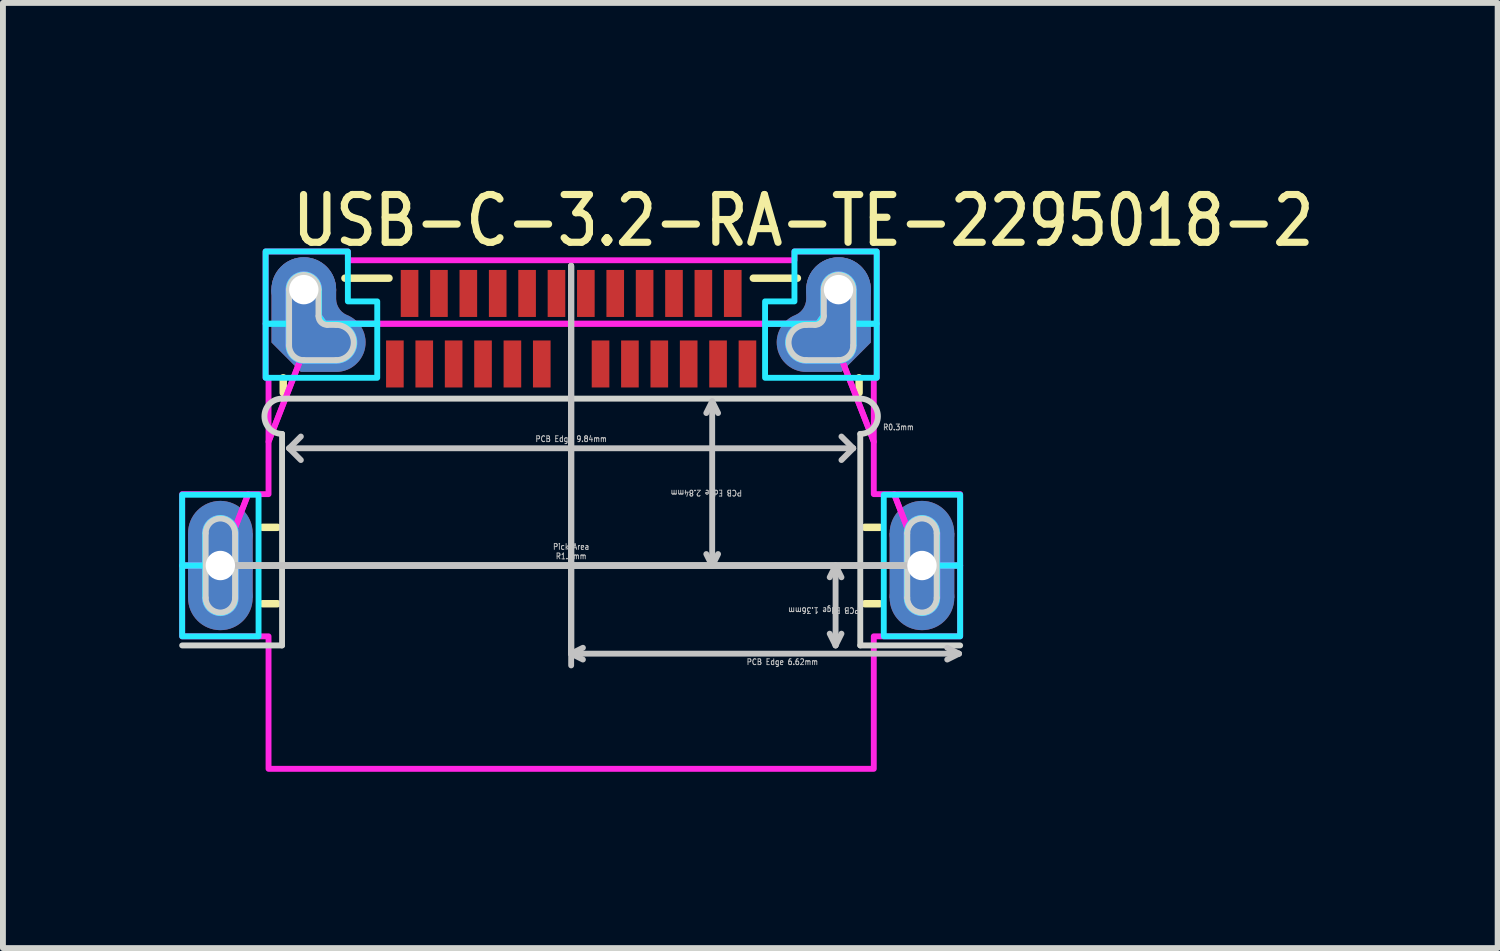
<source format=kicad_pcb>
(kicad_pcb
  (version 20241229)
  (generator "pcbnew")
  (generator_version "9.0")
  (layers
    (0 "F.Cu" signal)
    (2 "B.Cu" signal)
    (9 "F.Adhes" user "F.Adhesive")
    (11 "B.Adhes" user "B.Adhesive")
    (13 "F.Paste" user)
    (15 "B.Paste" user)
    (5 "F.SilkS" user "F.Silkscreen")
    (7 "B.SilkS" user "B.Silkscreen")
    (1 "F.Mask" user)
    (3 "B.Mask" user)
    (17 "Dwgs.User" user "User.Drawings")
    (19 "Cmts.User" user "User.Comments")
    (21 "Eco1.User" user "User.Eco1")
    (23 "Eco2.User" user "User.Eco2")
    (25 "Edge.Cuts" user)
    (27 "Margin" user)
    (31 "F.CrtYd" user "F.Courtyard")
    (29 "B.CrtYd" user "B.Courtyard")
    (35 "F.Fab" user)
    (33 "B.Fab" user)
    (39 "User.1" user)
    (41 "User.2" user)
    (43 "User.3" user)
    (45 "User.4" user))
  (footprint "USB-C-3.2-RA-TE-2295018-2"
    (layer "F.Cu")
    (at 6.67 6.574)
    (property "Reference" "USB-C-3.2-RA-TE-2295018-2" (at -4.8 -5.395 0) (unlocked yes) (layer "F.SilkS") (effects (font (size 0.813 0.695) (thickness 0.122)) (justify left bottom)))
    (fp_circle (center -5.97 -0.55) (end -6.52 -0.55) (stroke (width 0) (type solid)) (fill yes) (layer "F.Cu"))
    (fp_circle (center -5.97 0.55) (end -5.42 0.55) (stroke (width 0) (type solid)) (fill yes) (layer "F.Cu"))
    (fp_circle (center -4.55 -4.695) (end -5.1 -4.695) (stroke (width 0) (type solid)) (fill yes) (layer "F.Cu"))
    (fp_circle (center 5.97 -0.55) (end 5.42 -0.55) (stroke (width 0) (type solid)) (fill yes) (layer "F.Cu"))
    (fp_circle (center 5.97 0.55) (end 6.52 0.55) (stroke (width 0) (type solid)) (fill yes) (layer "F.Cu"))
    (fp_poly (pts (xy -6.52 -0.55) (xy -5.42 -0.55) (xy -5.42 0.55) (xy -6.52 0.55)) (stroke (width 0) (type solid)) (fill yes) (layer "F.Cu"))
    (fp_poly (pts (xy 5.42 -0.55) (xy 6.52 -0.55) (xy 6.52 0.55) (xy 5.42 0.55)) (stroke (width 0) (type solid)) (fill yes) (layer "F.Cu"))
    (fp_poly (pts (xy -5.1 -4.695) (xy -4 -4.695) (xy -4 -4.535) (xy -3.995 -4.486) (xy -3.982 -4.439) (xy -3.962 -4.395) (xy -3.935 -4.354) (xy -3.902 -4.318) (xy -3.863 -4.288) (xy -3.82 -4.265) (xy -3.775 -4.245) (xy -3.731 -4.22) (xy -3.691 -4.192) (xy -3.653 -4.159) (xy -3.619 -4.123) (xy -3.589 -4.084) (xy -3.562 -4.042) (xy -3.54 -3.997) (xy -3.522 -3.951) (xy -3.51 -3.903) (xy -3.501 -3.854) (xy -3.498 -3.804) (xy -3.5 -3.754) (xy -3.507 -3.705) (xy -3.518 -3.657) (xy -3.534 -3.61) (xy -3.555 -3.565) (xy -3.58 -3.522) (xy -3.609 -3.482) (xy -3.643 -3.445) (xy -3.679 -3.411) (xy -3.719 -3.381) (xy -3.761 -3.355) (xy -3.806 -3.334) (xy -3.853 -3.317) (xy -3.901 -3.305) (xy -3.95 -3.297) (xy -4 -3.295) (xy -4.6 -3.295) (xy -5.1 -3.795)) (stroke (width 0) (type solid)) (fill yes) (layer "F.Cu"))
    (fp_poly (pts (xy 5.1 -4.695) (xy 5.1 -3.795) (xy 4.6 -3.295) (xy 4 -3.295) (xy 3.95 -3.297) (xy 3.901 -3.305) (xy 3.853 -3.317) (xy 3.806 -3.334) (xy 3.761 -3.355) (xy 3.719 -3.381) (xy 3.679 -3.411) (xy 3.643 -3.445) (xy 3.609 -3.482) (xy 3.58 -3.522) (xy 3.555 -3.565) (xy 3.534 -3.61) (xy 3.518 -3.657) (xy 3.507 -3.705) (xy 3.5 -3.754) (xy 3.498 -3.804) (xy 3.501 -3.854) (xy 3.51 -3.903) (xy 3.522 -3.951) (xy 3.54 -3.997) (xy 3.562 -4.042) (xy 3.589 -4.084) (xy 3.619 -4.123) (xy 3.653 -4.159) (xy 3.691 -4.192) (xy 3.731 -4.22) (xy 3.775 -4.245) (xy 3.82 -4.265) (xy 3.863 -4.288) (xy 3.902 -4.318) (xy 3.935 -4.354) (xy 3.962 -4.395) (xy 3.982 -4.439) (xy 3.995 -4.486) (xy 4 -4.535) (xy 4 -4.695) (xy 4.002 -4.744) (xy 4.009 -4.793) (xy 4.02 -4.841) (xy 4.035 -4.888) (xy 4.054 -4.934) (xy 4.078 -4.977) (xy 4.105 -5.018) (xy 4.136 -5.057) (xy 4.17 -5.093) (xy 4.207 -5.125) (xy 4.247 -5.154) (xy 4.289 -5.179) (xy 4.334 -5.201) (xy 4.38 -5.218) (xy 4.428 -5.231) (xy 4.476 -5.24) (xy 4.525 -5.244) (xy 4.575 -5.244) (xy 4.624 -5.24) (xy 4.672 -5.231) (xy 4.72 -5.218) (xy 4.766 -5.201) (xy 4.811 -5.179) (xy 4.853 -5.154) (xy 4.893 -5.125) (xy 4.93 -5.093) (xy 4.964 -5.057) (xy 4.995 -5.018) (xy 5.022 -4.977) (xy 5.046 -4.934) (xy 5.065 -4.888) (xy 5.08 -4.841) (xy 5.091 -4.793) (xy 5.098 -4.744)) (stroke (width 0) (type solid)) (fill yes) (layer "F.Cu"))
    (fp_circle (center -5.97 -0.55) (end -6.62 -0.55) (stroke (width 0) (type solid)) (fill yes) (layer "F.Mask"))
    (fp_circle (center -5.97 0.55) (end -5.32 0.55) (stroke (width 0) (type solid)) (fill yes) (layer "F.Mask"))
    (fp_circle (center -4.55 -4.695) (end -5.2 -4.695) (stroke (width 0) (type solid)) (fill yes) (layer "F.Mask"))
    (fp_circle (center 5.97 -0.55) (end 5.32 -0.55) (stroke (width 0) (type solid)) (fill yes) (layer "F.Mask"))
    (fp_circle (center 5.97 0.55) (end 6.62 0.55) (stroke (width 0) (type solid)) (fill yes) (layer "F.Mask"))
    (fp_poly (pts (xy -6.62 -0.55) (xy -5.32 -0.55) (xy -5.32 0.55) (xy -6.62 0.55)) (stroke (width 0) (type solid)) (fill yes) (layer "F.Mask"))
    (fp_poly (pts (xy 5.32 -0.55) (xy 6.62 -0.55) (xy 6.62 0.55) (xy 5.32 0.55)) (stroke (width 0) (type solid)) (fill yes) (layer "F.Mask"))
    (fp_poly (pts (xy -5.2 -4.695) (xy -3.9 -4.695) (xy -3.9 -4.585) (xy -3.894 -4.538) (xy -3.881 -4.493) (xy -3.86 -4.451) (xy -3.833 -4.413) (xy -3.8 -4.379) (xy -3.762 -4.351) (xy -3.72 -4.33) (xy -3.678 -4.306) (xy -3.638 -4.279) (xy -3.6 -4.248) (xy -3.565 -4.214) (xy -3.532 -4.178) (xy -3.503 -4.139) (xy -3.477 -4.098) (xy -3.454 -4.055) (xy -3.435 -4.011) (xy -3.419 -3.965) (xy -3.407 -3.917) (xy -3.4 -3.869) (xy -3.396 -3.821) (xy -3.396 -3.772) (xy -3.399 -3.724) (xy -3.407 -3.676) (xy -3.419 -3.629) (xy -3.434 -3.583) (xy -3.453 -3.538) (xy -3.476 -3.495) (xy -3.502 -3.454) (xy -3.531 -3.415) (xy -3.564 -3.379) (xy -3.599 -3.345) (xy -3.637 -3.314) (xy -3.677 -3.287) (xy -3.719 -3.263) (xy -3.763 -3.242) (xy -3.809 -3.225) (xy -3.855 -3.212) (xy -3.903 -3.202) (xy -3.951 -3.197) (xy -4 -3.195) (xy -4.6 -3.195) (xy -5.2 -3.795)) (stroke (width 0) (type solid)) (fill yes) (layer "F.Mask"))
    (fp_poly (pts (xy 5.2 -4.695) (xy 5.2 -3.795) (xy 4.6 -3.195) (xy 4 -3.195) (xy 3.951 -3.197) (xy 3.903 -3.202) (xy 3.855 -3.212) (xy 3.809 -3.225) (xy 3.763 -3.242) (xy 3.719 -3.263) (xy 3.677 -3.287) (xy 3.637 -3.314) (xy 3.599 -3.345) (xy 3.564 -3.379) (xy 3.531 -3.415) (xy 3.502 -3.454) (xy 3.476 -3.495) (xy 3.453 -3.538) (xy 3.434 -3.583) (xy 3.419 -3.629) (xy 3.407 -3.676) (xy 3.399 -3.724) (xy 3.396 -3.772) (xy 3.396 -3.821) (xy 3.4 -3.869) (xy 3.407 -3.917) (xy 3.419 -3.965) (xy 3.435 -4.011) (xy 3.454 -4.055) (xy 3.477 -4.098) (xy 3.503 -4.139) (xy 3.532 -4.178) (xy 3.565 -4.214) (xy 3.6 -4.248) (xy 3.638 -4.279) (xy 3.678 -4.306) (xy 3.72 -4.33) (xy 3.762 -4.351) (xy 3.8 -4.379) (xy 3.833 -4.413) (xy 3.86 -4.451) (xy 3.881 -4.493) (xy 3.894 -4.538) (xy 3.9 -4.585) (xy 3.9 -4.695) (xy 3.902 -4.745) (xy 3.908 -4.794) (xy 3.917 -4.843) (xy 3.93 -4.891) (xy 3.947 -4.938) (xy 3.967 -4.983) (xy 3.991 -5.027) (xy 4.018 -5.069) (xy 4.049 -5.109) (xy 4.082 -5.146) (xy 4.118 -5.18) (xy 4.156 -5.212) (xy 4.197 -5.241) (xy 4.239 -5.266) (xy 4.284 -5.288) (xy 4.33 -5.307) (xy 4.378 -5.322) (xy 4.426 -5.333) (xy 4.475 -5.341) (xy 4.525 -5.345) (xy 4.575 -5.345) (xy 4.625 -5.341) (xy 4.674 -5.333) (xy 4.722 -5.322) (xy 4.77 -5.307) (xy 4.816 -5.288) (xy 4.861 -5.266) (xy 4.903 -5.241) (xy 4.944 -5.212) (xy 4.982 -5.18) (xy 5.018 -5.146) (xy 5.051 -5.109) (xy 5.082 -5.069) (xy 5.109 -5.027) (xy 5.133 -4.983) (xy 5.153 -4.938) (xy 5.17 -4.891) (xy 5.183 -4.843) (xy 5.192 -4.794) (xy 5.198 -4.745)) (stroke (width 0) (type solid)) (fill yes) (layer "F.Mask"))
    (fp_circle (center -5.97 -0.55) (end -6.52 -0.55) (stroke (width 0) (type solid)) (fill yes) (layer "B.Cu"))
    (fp_circle (center -5.97 0.55) (end -5.42 0.55) (stroke (width 0) (type solid)) (fill yes) (layer "B.Cu"))
    (fp_circle (center -4.55 -4.695) (end -5.1 -4.695) (stroke (width 0) (type solid)) (fill yes) (layer "B.Cu"))
    (fp_circle (center 5.97 -0.55) (end 5.42 -0.55) (stroke (width 0) (type solid)) (fill yes) (layer "B.Cu"))
    (fp_circle (center 5.97 0.55) (end 6.52 0.55) (stroke (width 0) (type solid)) (fill yes) (layer "B.Cu"))
    (fp_poly (pts (xy -6.52 -0.55) (xy -5.42 -0.55) (xy -5.42 0.55) (xy -6.52 0.55)) (stroke (width 0) (type solid)) (fill yes) (layer "B.Cu"))
    (fp_poly (pts (xy 5.42 -0.55) (xy 6.52 -0.55) (xy 6.52 0.55) (xy 5.42 0.55)) (stroke (width 0) (type solid)) (fill yes) (layer "B.Cu"))
    (fp_poly (pts (xy -5.1 -4.695) (xy -4 -4.695) (xy -4 -4.535) (xy -3.995 -4.486) (xy -3.982 -4.439) (xy -3.962 -4.395) (xy -3.935 -4.354) (xy -3.902 -4.318) (xy -3.863 -4.288) (xy -3.82 -4.265) (xy -3.775 -4.245) (xy -3.731 -4.22) (xy -3.691 -4.192) (xy -3.653 -4.159) (xy -3.619 -4.123) (xy -3.589 -4.084) (xy -3.562 -4.042) (xy -3.54 -3.997) (xy -3.522 -3.951) (xy -3.51 -3.903) (xy -3.501 -3.854) (xy -3.498 -3.804) (xy -3.5 -3.754) (xy -3.507 -3.705) (xy -3.518 -3.657) (xy -3.534 -3.61) (xy -3.555 -3.565) (xy -3.58 -3.522) (xy -3.609 -3.482) (xy -3.643 -3.445) (xy -3.679 -3.411) (xy -3.719 -3.381) (xy -3.761 -3.355) (xy -3.806 -3.334) (xy -3.853 -3.317) (xy -3.901 -3.305) (xy -3.95 -3.297) (xy -4 -3.295) (xy -4.6 -3.295) (xy -5.1 -3.795)) (stroke (width 0) (type solid)) (fill yes) (layer "B.Cu"))
    (fp_poly (pts (xy 5.1 -4.695) (xy 5.1 -3.795) (xy 4.6 -3.295) (xy 4 -3.295) (xy 3.95 -3.297) (xy 3.901 -3.305) (xy 3.853 -3.317) (xy 3.806 -3.334) (xy 3.761 -3.355) (xy 3.719 -3.381) (xy 3.679 -3.411) (xy 3.643 -3.445) (xy 3.609 -3.482) (xy 3.58 -3.522) (xy 3.555 -3.565) (xy 3.534 -3.61) (xy 3.518 -3.657) (xy 3.507 -3.705) (xy 3.5 -3.754) (xy 3.498 -3.804) (xy 3.501 -3.854) (xy 3.51 -3.903) (xy 3.522 -3.951) (xy 3.54 -3.997) (xy 3.562 -4.042) (xy 3.589 -4.084) (xy 3.619 -4.123) (xy 3.653 -4.159) (xy 3.691 -4.192) (xy 3.731 -4.22) (xy 3.775 -4.245) (xy 3.82 -4.265) (xy 3.863 -4.288) (xy 3.902 -4.318) (xy 3.935 -4.354) (xy 3.962 -4.395) (xy 3.982 -4.439) (xy 3.995 -4.486) (xy 4 -4.535) (xy 4 -4.695) (xy 4.002 -4.744) (xy 4.009 -4.793) (xy 4.02 -4.841) (xy 4.035 -4.888) (xy 4.054 -4.934) (xy 4.078 -4.977) (xy 4.105 -5.018) (xy 4.136 -5.057) (xy 4.17 -5.093) (xy 4.207 -5.125) (xy 4.247 -5.154) (xy 4.289 -5.179) (xy 4.334 -5.201) (xy 4.38 -5.218) (xy 4.428 -5.231) (xy 4.476 -5.24) (xy 4.525 -5.244) (xy 4.575 -5.244) (xy 4.624 -5.24) (xy 4.672 -5.231) (xy 4.72 -5.218) (xy 4.766 -5.201) (xy 4.811 -5.179) (xy 4.853 -5.154) (xy 4.893 -5.125) (xy 4.93 -5.093) (xy 4.964 -5.057) (xy 4.995 -5.018) (xy 5.022 -4.977) (xy 5.046 -4.934) (xy 5.065 -4.888) (xy 5.08 -4.841) (xy 5.091 -4.793) (xy 5.098 -4.744)) (stroke (width 0) (type solid)) (fill yes) (layer "B.Cu"))
    (fp_circle (center -5.97 -0.55) (end -6.62 -0.55) (stroke (width 0) (type solid)) (fill yes) (layer "B.Mask"))
    (fp_circle (center -5.97 0.55) (end -5.32 0.55) (stroke (width 0) (type solid)) (fill yes) (layer "B.Mask"))
    (fp_circle (center -4.55 -4.695) (end -5.2 -4.695) (stroke (width 0) (type solid)) (fill yes) (layer "B.Mask"))
    (fp_circle (center 5.97 -0.55) (end 5.32 -0.55) (stroke (width 0) (type solid)) (fill yes) (layer "B.Mask"))
    (fp_circle (center 5.97 0.55) (end 6.62 0.55) (stroke (width 0) (type solid)) (fill yes) (layer "B.Mask"))
    (fp_poly (pts (xy -6.62 -0.55) (xy -5.32 -0.55) (xy -5.32 0.55) (xy -6.62 0.55)) (stroke (width 0) (type solid)) (fill yes) (layer "B.Mask"))
    (fp_poly (pts (xy 5.32 -0.55) (xy 6.62 -0.55) (xy 6.62 0.55) (xy 5.32 0.55)) (stroke (width 0) (type solid)) (fill yes) (layer "B.Mask"))
    (fp_poly (pts (xy -5.2 -4.695) (xy -3.9 -4.695) (xy -3.9 -4.585) (xy -3.894 -4.538) (xy -3.881 -4.493) (xy -3.86 -4.451) (xy -3.833 -4.413) (xy -3.8 -4.379) (xy -3.762 -4.351) (xy -3.72 -4.33) (xy -3.678 -4.306) (xy -3.638 -4.279) (xy -3.6 -4.248) (xy -3.565 -4.214) (xy -3.532 -4.178) (xy -3.503 -4.139) (xy -3.477 -4.098) (xy -3.454 -4.055) (xy -3.435 -4.011) (xy -3.419 -3.965) (xy -3.407 -3.917) (xy -3.4 -3.869) (xy -3.396 -3.821) (xy -3.396 -3.772) (xy -3.399 -3.724) (xy -3.407 -3.676) (xy -3.419 -3.629) (xy -3.434 -3.583) (xy -3.453 -3.538) (xy -3.476 -3.495) (xy -3.502 -3.454) (xy -3.531 -3.415) (xy -3.564 -3.379) (xy -3.599 -3.345) (xy -3.637 -3.314) (xy -3.677 -3.287) (xy -3.719 -3.263) (xy -3.763 -3.242) (xy -3.809 -3.225) (xy -3.855 -3.212) (xy -3.903 -3.202) (xy -3.951 -3.197) (xy -4 -3.195) (xy -4.6 -3.195) (xy -5.2 -3.795)) (stroke (width 0) (type solid)) (fill yes) (layer "B.Mask"))
    (fp_poly (pts (xy 5.2 -4.695) (xy 5.2 -3.795) (xy 4.6 -3.195) (xy 4 -3.195) (xy 3.951 -3.197) (xy 3.903 -3.202) (xy 3.855 -3.212) (xy 3.809 -3.225) (xy 3.763 -3.242) (xy 3.719 -3.263) (xy 3.677 -3.287) (xy 3.637 -3.314) (xy 3.599 -3.345) (xy 3.564 -3.379) (xy 3.531 -3.415) (xy 3.502 -3.454) (xy 3.476 -3.495) (xy 3.453 -3.538) (xy 3.434 -3.583) (xy 3.419 -3.629) (xy 3.407 -3.676) (xy 3.399 -3.724) (xy 3.396 -3.772) (xy 3.396 -3.821) (xy 3.4 -3.869) (xy 3.407 -3.917) (xy 3.419 -3.965) (xy 3.435 -4.011) (xy 3.454 -4.055) (xy 3.477 -4.098) (xy 3.503 -4.139) (xy 3.532 -4.178) (xy 3.565 -4.214) (xy 3.6 -4.248) (xy 3.638 -4.279) (xy 3.678 -4.306) (xy 3.72 -4.33) (xy 3.762 -4.351) (xy 3.8 -4.379) (xy 3.833 -4.413) (xy 3.86 -4.451) (xy 3.881 -4.493) (xy 3.894 -4.538) (xy 3.9 -4.585) (xy 3.9 -4.695) (xy 3.902 -4.745) (xy 3.908 -4.794) (xy 3.917 -4.843) (xy 3.93 -4.891) (xy 3.947 -4.938) (xy 3.967 -4.983) (xy 3.991 -5.027) (xy 4.018 -5.069) (xy 4.049 -5.109) (xy 4.082 -5.146) (xy 4.118 -5.18) (xy 4.156 -5.212) (xy 4.197 -5.241) (xy 4.239 -5.266) (xy 4.284 -5.288) (xy 4.33 -5.307) (xy 4.378 -5.322) (xy 4.426 -5.333) (xy 4.475 -5.341) (xy 4.525 -5.345) (xy 4.575 -5.345) (xy 4.625 -5.341) (xy 4.674 -5.333) (xy 4.722 -5.322) (xy 4.77 -5.307) (xy 4.816 -5.288) (xy 4.861 -5.266) (xy 4.903 -5.241) (xy 4.944 -5.212) (xy 4.982 -5.18) (xy 5.018 -5.146) (xy 5.051 -5.109) (xy 5.082 -5.069) (xy 5.109 -5.027) (xy 5.133 -4.983) (xy 5.153 -4.938) (xy 5.17 -4.891) (xy 5.183 -4.843) (xy 5.192 -4.794) (xy 5.198 -4.745)) (stroke (width 0) (type solid)) (fill yes) (layer "B.Mask"))
    (fp_line (start -5.25 0.65) (end -5 0.65) (stroke (width 0.127) (type solid)) (layer "F.SilkS"))
    (fp_line (start -5 -0.65) (end -5.25 -0.65) (stroke (width 0.127) (type solid)) (layer "F.SilkS"))
    (fp_line (start -4.9 -3.195) (end -4.9 -2.94) (stroke (width 0.127) (type solid)) (layer "F.SilkS"))
    (fp_line (start -3.1 -4.89) (end -3.85 -4.89) (stroke (width 0.127) (type solid)) (layer "F.SilkS"))
    (fp_line (start 3.1 -4.89) (end 3.85 -4.89) (stroke (width 0.127) (type solid)) (layer "F.SilkS"))
    (fp_line (start 4.9 -3.195) (end 4.9 -2.94) (stroke (width 0.127) (type solid)) (layer "F.SilkS"))
    (fp_line (start 5 -0.65) (end 5.25 -0.65) (stroke (width 0.127) (type solid)) (layer "F.SilkS"))
    (fp_line (start 5 0.65) (end 5.25 0.65) (stroke (width 0.127) (type solid)) (layer "F.SilkS"))
    (fp_line (start -6 0) (end 6 0) (stroke (width 0.1) (type solid)) (layer "Dwgs.User"))
    (fp_line (start -6 0) (end 6 0) (stroke (width 0.1) (type solid)) (layer "Dwgs.User"))
    (fp_line (start -6 0) (end 6 0) (stroke (width 0.1) (type solid)) (layer "Dwgs.User"))
    (fp_line (start -6 0) (end 6 0) (stroke (width 0.1) (type solid)) (layer "Dwgs.User"))
    (fp_line (start -6 0) (end 6 0) (stroke (width 0.1) (type solid)) (layer "Dwgs.User"))
    (fp_line (start -6 0) (end 6 0) (stroke (width 0.1) (type solid)) (layer "Dwgs.User"))
    (fp_line (start -4.8 -1.995) (end -4.6 -2.195) (stroke (width 0.1) (type solid)) (layer "Dwgs.User"))
    (fp_line (start -4.8 -1.995) (end -4.6 -1.795) (stroke (width 0.1) (type solid)) (layer "Dwgs.User"))
    (fp_line (start -4.8 -1.995) (end 4.8 -1.995) (stroke (width 0.1) (type solid)) (layer "Dwgs.User"))
    (fp_line (start 0 -5.1) (end 0 1.5) (stroke (width 0.1) (type solid)) (layer "Dwgs.User"))
    (fp_line (start 0 -5.1) (end 0 1.5) (stroke (width 0.1) (type solid)) (layer "Dwgs.User"))
    (fp_line (start 0 -5.1) (end 0 1.5) (stroke (width 0.1) (type solid)) (layer "Dwgs.User"))
    (fp_line (start 0 -5.1) (end 0 1.5) (stroke (width 0.1) (type solid)) (layer "Dwgs.User"))
    (fp_line (start 0 1.5) (end 0 1.7) (stroke (width 0.1) (type solid)) (layer "Dwgs.User"))
    (fp_line (start 0 1.5) (end 0.2 1.4) (stroke (width 0.1) (type solid)) (layer "Dwgs.User"))
    (fp_line (start 0 1.5) (end 0.2 1.6) (stroke (width 0.1) (type solid)) (layer "Dwgs.User"))
    (fp_line (start 2.4 -2.795) (end 2.3 -2.595) (stroke (width 0.1) (type solid)) (layer "Dwgs.User"))
    (fp_line (start 2.4 -2.795) (end 2.4 0.005) (stroke (width 0.1) (type solid)) (layer "Dwgs.User"))
    (fp_line (start 2.4 -2.795) (end 2.5 -2.595) (stroke (width 0.1) (type solid)) (layer "Dwgs.User"))
    (fp_line (start 2.4 0.005) (end 2.3 -0.195) (stroke (width 0.1) (type solid)) (layer "Dwgs.User"))
    (fp_line (start 2.4 0.005) (end 2.5 -0.195) (stroke (width 0.1) (type solid)) (layer "Dwgs.User"))
    (fp_line (start 4.5 0) (end 4.4 0.2) (stroke (width 0.1) (type solid)) (layer "Dwgs.User"))
    (fp_line (start 4.5 0) (end 4.5 1.36) (stroke (width 0.1) (type solid)) (layer "Dwgs.User"))
    (fp_line (start 4.5 0) (end 4.6 0.2) (stroke (width 0.1) (type solid)) (layer "Dwgs.User"))
    (fp_line (start 4.5 1.36) (end 4.4 1.16) (stroke (width 0.1) (type solid)) (layer "Dwgs.User"))
    (fp_line (start 4.5 1.36) (end 4.6 1.16) (stroke (width 0.1) (type solid)) (layer "Dwgs.User"))
    (fp_line (start 4.8 -1.995) (end 4.6 -2.195) (stroke (width 0.1) (type solid)) (layer "Dwgs.User"))
    (fp_line (start 4.8 -1.995) (end 4.6 -1.795) (stroke (width 0.1) (type solid)) (layer "Dwgs.User"))
    (fp_line (start 6.4 1.4) (end 6.6 1.5) (stroke (width 0.1) (type solid)) (layer "Dwgs.User"))
    (fp_line (start 6.6 1.5) (end 0 1.5) (stroke (width 0.1) (type solid)) (layer "Dwgs.User"))
    (fp_line (start 6.6 1.5) (end 6.4 1.6) (stroke (width 0.1) (type solid)) (layer "Dwgs.User"))
    (fp_circle (center 0 0) (end 1.5 0) (stroke (width 0.0001) (type solid)) (fill no) (layer "Dwgs.User"))
    (fp_line (start -6.22 0.55) (end -6.22 -0.55) (stroke (width 0.1) (type solid)) (layer "Edge.Cuts"))
    (fp_line (start -5.72 -0.55) (end -5.72 0.55) (stroke (width 0.1) (type solid)) (layer "Edge.Cuts"))
    (fp_line (start -4.92 -2.84) (end 4.92 -2.84) (stroke (width 0.1) (type solid)) (layer "Edge.Cuts"))
    (fp_line (start -4.92 1.36) (end -6.62 1.36) (stroke (width 0.1) (type solid)) (layer "Edge.Cuts"))
    (fp_line (start -4.92 1.36) (end -4.92 -2.24) (stroke (width 0.1) (type solid)) (layer "Edge.Cuts"))
    (fp_line (start -4.8 -3.745) (end -4.8 -4.695) (stroke (width 0.1) (type solid)) (layer "Edge.Cuts"))
    (fp_line (start -4.3 -4.695) (end -4.3 -4.245) (stroke (width 0.1) (type solid)) (layer "Edge.Cuts"))
    (fp_line (start -4.15 -4.095) (end -4 -4.095) (stroke (width 0.1) (type solid)) (layer "Edge.Cuts"))
    (fp_line (start -4 -3.495) (end -4.55 -3.495) (stroke (width 0.1) (type solid)) (layer "Edge.Cuts"))
    (fp_line (start 4 -3.495) (end 4.55 -3.495) (stroke (width 0.1) (type solid)) (layer "Edge.Cuts"))
    (fp_line (start 4.15 -4.095) (end 4 -4.095) (stroke (width 0.1) (type solid)) (layer "Edge.Cuts"))
    (fp_line (start 4.3 -4.695) (end 4.3 -4.245) (stroke (width 0.1) (type solid)) (layer "Edge.Cuts"))
    (fp_line (start 4.8 -3.745) (end 4.8 -4.695) (stroke (width 0.1) (type solid)) (layer "Edge.Cuts"))
    (fp_line (start 4.92 -2.24) (end 4.92 1.36) (stroke (width 0.1) (type solid)) (layer "Edge.Cuts"))
    (fp_line (start 5.72 0.55) (end 5.72 -0.55) (stroke (width 0.1) (type solid)) (layer "Edge.Cuts"))
    (fp_line (start 6.22 -0.55) (end 6.22 0.55) (stroke (width 0.1) (type solid)) (layer "Edge.Cuts"))
    (fp_line (start 6.62 1.36) (end 4.92 1.36) (stroke (width 0.1) (type solid)) (layer "Edge.Cuts"))
    (fp_arc (start -6.22 -0.55) (mid -5.97 -0.8) (end -5.72 -0.55) (stroke (width 0.1) (type solid)) (layer "Edge.Cuts"))
    (fp_arc (start -5.72 0.55) (mid -5.97 0.8) (end -6.22 0.55) (stroke (width 0.1) (type solid)) (layer "Edge.Cuts"))
    (fp_arc (start -4.92 -2.24) (mid -5.22 -2.54) (end -4.92 -2.84) (stroke (width 0.1) (type solid)) (layer "Edge.Cuts"))
    (fp_arc (start -4.8 -4.695) (mid -4.55 -4.945) (end -4.3 -4.695) (stroke (width 0.1) (type solid)) (layer "Edge.Cuts"))
    (fp_arc (start -4.55 -3.495) (mid -4.726777 -3.568223) (end -4.8 -3.745) (stroke (width 0.1) (type solid)) (layer "Edge.Cuts"))
    (fp_arc (start -4.15 -4.095) (mid -4.256066 -4.138934) (end -4.3 -4.245) (stroke (width 0.1) (type solid)) (layer "Edge.Cuts"))
    (fp_arc (start -4 -4.095) (mid -3.7 -3.795) (end -4 -3.495) (stroke (width 0.1) (type solid)) (layer "Edge.Cuts"))
    (fp_arc (start 4 -3.495) (mid 3.7 -3.795) (end 4 -4.095) (stroke (width 0.1) (type solid)) (layer "Edge.Cuts"))
    (fp_arc (start 4.3 -4.695) (mid 4.55 -4.945) (end 4.8 -4.695) (stroke (width 0.1) (type solid)) (layer "Edge.Cuts"))
    (fp_arc (start 4.3 -4.245) (mid 4.256066 -4.138934) (end 4.15 -4.095) (stroke (width 0.1) (type solid)) (layer "Edge.Cuts"))
    (fp_arc (start 4.8 -3.745) (mid 4.726777 -3.568223) (end 4.55 -3.495) (stroke (width 0.1) (type solid)) (layer "Edge.Cuts"))
    (fp_arc (start 4.92 -2.84) (mid 5.22 -2.54) (end 4.92 -2.24) (stroke (width 0.1) (type solid)) (layer "Edge.Cuts"))
    (fp_arc (start 5.72 -0.55) (mid 5.97 -0.8) (end 6.22 -0.55) (stroke (width 0.1) (type solid)) (layer "Edge.Cuts"))
    (fp_arc (start 6.22 0.55) (mid 5.97 0.8) (end 5.72 0.55) (stroke (width 0.1) (type solid)) (layer "Edge.Cuts"))
    (fp_poly (pts (xy -5.32 -1.205) (xy -5.32 0) (xy -5.71 0) (xy -5.71 -0.55) (xy -5.715 -0.601) (xy -5.729 -0.649) (xy -5.754 -0.695) (xy -5.786 -0.734) (xy -5.826 -0.766) (xy -5.871 -0.79) (xy -5.918 -0.805) (xy -5.97 -0.81) (xy -6.022 -0.805) (xy -6.069 -0.79) (xy -6.114 -0.766) (xy -6.154 -0.734) (xy -6.186 -0.695) (xy -6.211 -0.649) (xy -6.225 -0.601) (xy -6.23 -0.55) (xy -6.23 0) (xy -6.62 0) (xy -6.62 -1.205)) (stroke (width 0.1) (type solid)) (fill no) (layer "B.CrtYd"))
    (fp_poly (pts (xy -5.32 0) (xy -5.32 1.205) (xy -6.62 1.205) (xy -6.62 0) (xy -6.23 0) (xy -6.23 0.55) (xy -6.225 0.601) (xy -6.211 0.649) (xy -6.186 0.695) (xy -6.154 0.734) (xy -6.114 0.766) (xy -6.069 0.79) (xy -6.022 0.805) (xy -5.97 0.81) (xy -5.918 0.805) (xy -5.871 0.79) (xy -5.826 0.766) (xy -5.786 0.734) (xy -5.754 0.695) (xy -5.729 0.649) (xy -5.715 0.601) (xy -5.71 0.55) (xy -5.71 0)) (stroke (width 0.1) (type solid)) (fill no) (layer "B.CrtYd"))
    (fp_poly (pts (xy 6.62 -1.205) (xy 6.62 0) (xy 6.23 0) (xy 6.23 -0.55) (xy 6.225 -0.601) (xy 6.211 -0.649) (xy 6.186 -0.695) (xy 6.154 -0.734) (xy 6.114 -0.766) (xy 6.069 -0.79) (xy 6.022 -0.805) (xy 5.97 -0.81) (xy 5.918 -0.805) (xy 5.871 -0.79) (xy 5.826 -0.766) (xy 5.786 -0.734) (xy 5.754 -0.695) (xy 5.729 -0.649) (xy 5.715 -0.601) (xy 5.71 -0.55) (xy 5.71 0) (xy 5.32 0) (xy 5.32 -1.205)) (stroke (width 0.1) (type solid)) (fill no) (layer "B.CrtYd"))
    (fp_poly (pts (xy 6.62 0) (xy 6.62 1.205) (xy 5.32 1.205) (xy 5.32 0) (xy 5.71 0) (xy 5.71 0.55) (xy 5.715 0.601) (xy 5.729 0.649) (xy 5.754 0.695) (xy 5.786 0.734) (xy 5.826 0.766) (xy 5.871 0.79) (xy 5.918 0.805) (xy 5.97 0.81) (xy 6.022 0.805) (xy 6.069 0.79) (xy 6.114 0.766) (xy 6.154 0.734) (xy 6.186 0.695) (xy 6.211 0.649) (xy 6.225 0.601) (xy 6.23 0.55) (xy 6.23 0)) (stroke (width 0.1) (type solid)) (fill no) (layer "B.CrtYd"))
    (fp_poly (pts (xy -3.8 -5.345) (xy -3.8 -4.495) (xy -3.3 -4.495) (xy -3.3 -4.115) (xy -4.199 -4.115) (xy -4.29 -4.246) (xy -4.29 -4.695) (xy -4.295 -4.746) (xy -4.31 -4.794) (xy -4.334 -4.839) (xy -4.365 -4.878) (xy -4.406 -4.911) (xy -4.451 -4.935) (xy -4.498 -4.95) (xy -4.55 -4.955) (xy -4.602 -4.95) (xy -4.649 -4.935) (xy -4.694 -4.911) (xy -4.734 -4.879) (xy -4.766 -4.84) (xy -4.791 -4.794) (xy -4.805 -4.746) (xy -4.81 -4.695) (xy -4.81 -4.115) (xy -5.2 -4.115) (xy -5.2 -5.345)) (stroke (width 0.1) (type solid)) (fill no) (layer "B.CrtYd"))
    (fp_poly (pts (xy 3.3 -4.115) (xy 3.3 -4.495) (xy 3.8 -4.495) (xy 3.8 -5.345) (xy 5.2 -5.345) (xy 5.2 -4.115) (xy 4.81 -4.115) (xy 4.81 -4.695) (xy 4.805 -4.746) (xy 4.791 -4.794) (xy 4.766 -4.84) (xy 4.734 -4.879) (xy 4.694 -4.911) (xy 4.649 -4.935) (xy 4.602 -4.95) (xy 4.55 -4.955) (xy 4.498 -4.95) (xy 4.451 -4.935) (xy 4.406 -4.911) (xy 4.365 -4.878) (xy 4.334 -4.839) (xy 4.31 -4.794) (xy 4.295 -4.746) (xy 4.29 -4.695) (xy 4.29 -4.246) (xy 4.199 -4.115)) (stroke (width 0.1) (type solid)) (fill no) (layer "B.CrtYd"))
    (fp_poly (pts (xy -3.3 -4.115) (xy -3.3 -3.195) (xy -5.2 -3.195) (xy -5.2 -4.115) (xy -4.81 -4.115) (xy -4.81 -3.745) (xy -4.805 -3.694) (xy -4.79 -3.646) (xy -4.766 -3.601) (xy -4.735 -3.562) (xy -4.694 -3.529) (xy -4.649 -3.505) (xy -4.602 -3.49) (xy -4.55 -3.485) (xy -4 -3.485) (xy -3.949 -3.489) (xy -3.899 -3.502) (xy -3.852 -3.522) (xy -3.81 -3.55) (xy -3.772 -3.585) (xy -3.74 -3.626) (xy -3.716 -3.67) (xy -3.699 -3.719) (xy -3.691 -3.769) (xy -3.691 -3.821) (xy -3.699 -3.871) (xy -3.716 -3.92) (xy -3.74 -3.965) (xy -3.772 -4.005) (xy -3.81 -4.04) (xy -3.852 -4.067) (xy -3.9 -4.088) (xy -3.95 -4.101) (xy -4 -4.105) (xy -4.149 -4.105) (xy -4.193 -4.112) (xy -4.199 -4.115)) (stroke (width 0.1) (type solid)) (fill no) (layer "B.CrtYd"))
    (fp_poly (pts (xy 5.2 -3.195) (xy 3.3 -3.195) (xy 3.3 -4.115) (xy 4.199 -4.115) (xy 4.193 -4.112) (xy 4.149 -4.105) (xy 4 -4.105) (xy 3.949 -4.101) (xy 3.899 -4.088) (xy 3.853 -4.068) (xy 3.81 -4.04) (xy 3.771 -4.004) (xy 3.74 -3.965) (xy 3.716 -3.92) (xy 3.7 -3.872) (xy 3.691 -3.82) (xy 3.691 -3.769) (xy 3.699 -3.72) (xy 3.716 -3.67) (xy 3.741 -3.625) (xy 3.772 -3.585) (xy 3.809 -3.551) (xy 3.852 -3.522) (xy 3.9 -3.502) (xy 3.949 -3.489) (xy 4 -3.485) (xy 4.55 -3.485) (xy 4.601 -3.49) (xy 4.65 -3.505) (xy 4.694 -3.529) (xy 4.735 -3.562) (xy 4.767 -3.601) (xy 4.79 -3.646) (xy 4.805 -3.693) (xy 4.81 -3.745) (xy 4.81 -4.115) (xy 5.2 -4.115)) (stroke (width 0.1) (type solid)) (fill no) (layer "B.CrtYd"))
    (fp_poly (pts (xy -6.62 0) (xy -6.62 -1.215) (xy -5.497 -1.215) (xy -5.724 -0.631) (xy -5.73 -0.649) (xy -5.754 -0.694) (xy -5.787 -0.735) (xy -5.826 -0.766) (xy -5.87 -0.79) (xy -5.92 -0.805) (xy -5.97 -0.81) (xy -6.02 -0.805) (xy -6.069 -0.79) (xy -6.114 -0.766) (xy -6.153 -0.735) (xy -6.186 -0.694) (xy -6.211 -0.649) (xy -6.225 -0.601) (xy -6.23 -0.551) (xy -6.23 0)) (stroke (width 0.1) (type solid)) (fill no) (layer "F.CrtYd"))
    (fp_poly (pts (xy 5.497 -1.215) (xy 6.62 -1.215) (xy 6.62 0) (xy 6.23 0) (xy 6.23 -0.551) (xy 6.225 -0.601) (xy 6.211 -0.649) (xy 6.186 -0.694) (xy 6.153 -0.735) (xy 6.114 -0.766) (xy 6.069 -0.79) (xy 6.02 -0.805) (xy 5.97 -0.81) (xy 5.92 -0.805) (xy 5.87 -0.79) (xy 5.826 -0.766) (xy 5.787 -0.735) (xy 5.754 -0.694) (xy 5.73 -0.649) (xy 5.724 -0.631)) (stroke (width 0.1) (type solid)) (fill no) (layer "F.CrtYd"))
    (fp_poly (pts (xy -3.8 -5.345) (xy -3.8 -5.195) (xy 3.8 -5.195) (xy 3.8 -5.345) (xy 5.2 -5.345) (xy 5.2 -3.195) (xy 5.15 -3.195) (xy 5.15 -2.107) (xy 4.61 -3.493) (xy 4.649 -3.505) (xy 4.694 -3.528) (xy 4.734 -3.561) (xy 4.767 -3.601) (xy 4.79 -3.646) (xy 4.805 -3.694) (xy 4.81 -3.745) (xy 4.81 -4.695) (xy 4.805 -4.746) (xy 4.79 -4.794) (xy 4.766 -4.839) (xy 4.734 -4.879) (xy 4.694 -4.911) (xy 4.649 -4.935) (xy 4.601 -4.95) (xy 4.55 -4.955) (xy 4.498 -4.95) (xy 4.451 -4.935) (xy 4.406 -4.911) (xy 4.365 -4.878) (xy 4.334 -4.839) (xy 4.31 -4.794) (xy 4.295 -4.746) (xy 4.29 -4.695) (xy 4.29 -4.246) (xy 4.199 -4.115) (xy -4.199 -4.115) (xy -4.29 -4.246) (xy -4.29 -4.695) (xy -4.295 -4.746) (xy -4.31 -4.795) (xy -4.334 -4.839) (xy -4.366 -4.879) (xy -4.406 -4.911) (xy -4.45 -4.935) (xy -4.499 -4.95) (xy -4.549 -4.955) (xy -4.602 -4.95) (xy -4.649 -4.935) (xy -4.694 -4.911) (xy -4.734 -4.879) (xy -4.766 -4.84) (xy -4.791 -4.794) (xy -4.805 -4.746) (xy -4.81 -4.695) (xy -4.81 -3.745) (xy -4.805 -3.694) (xy -4.79 -3.646) (xy -4.767 -3.601) (xy -4.734 -3.561) (xy -4.694 -3.528) (xy -4.649 -3.505) (xy -4.61 -3.493) (xy -5.15 -2.107) (xy -5.15 -3.195) (xy -5.2 -3.195) (xy -5.2 -5.345)) (stroke (width 0.1) (type solid)) (fill no) (layer "F.CrtYd"))
    (fp_poly (pts (xy 5.15 -2.107) (xy 5.15 -1.215) (xy 5.497 -1.215) (xy 5.724 -0.631) (xy 5.715 -0.601) (xy 5.71 -0.55) (xy 5.71 0.55) (xy 5.715 0.601) (xy 5.73 0.649) (xy 5.754 0.694) (xy 5.785 0.733) (xy 5.826 0.766) (xy 5.871 0.79) (xy 5.919 0.805) (xy 5.971 0.81) (xy 6.022 0.805) (xy 6.069 0.79) (xy 6.114 0.767) (xy 6.154 0.734) (xy 6.186 0.694) (xy 6.211 0.649) (xy 6.225 0.601) (xy 6.23 0.551) (xy 6.23 0) (xy 6.62 0) (xy 6.62 1.205) (xy 5.15 1.205) (xy 5.15 3.46) (xy -5.15 3.46) (xy -5.15 1.205) (xy -6.62 1.205) (xy -6.62 0) (xy -6.23 0) (xy -6.23 0.55) (xy -6.225 0.601) (xy -6.21 0.649) (xy -6.186 0.694) (xy -6.154 0.734) (xy -6.114 0.766) (xy -6.069 0.79) (xy -6.021 0.805) (xy -5.97 0.81) (xy -5.918 0.805) (xy -5.871 0.79) (xy -5.826 0.767) (xy -5.787 0.735) (xy -5.754 0.694) (xy -5.73 0.649) (xy -5.715 0.601) (xy -5.71 0.55) (xy -5.71 -0.55) (xy -5.715 -0.601) (xy -5.724 -0.631) (xy -5.497 -1.215) (xy -5.15 -1.215) (xy -5.15 -2.107) (xy -4.61 -3.493) (xy -4.6 -3.49) (xy -4.55 -3.485) (xy -4 -3.485) (xy -3.949 -3.489) (xy -3.899 -3.502) (xy -3.852 -3.522) (xy -3.81 -3.55) (xy -3.771 -3.586) (xy -3.74 -3.625) (xy -3.716 -3.67) (xy -3.699 -3.719) (xy -3.691 -3.769) (xy -3.691 -3.821) (xy -3.699 -3.87) (xy -3.716 -3.92) (xy -3.74 -3.964) (xy -3.773 -4.006) (xy -3.81 -4.04) (xy -3.852 -4.067) (xy -3.9 -4.088) (xy -3.95 -4.101) (xy -4 -4.105) (xy -4.149 -4.105) (xy -4.193 -4.112) (xy -4.199 -4.115) (xy 4.199 -4.115) (xy 4.193 -4.112) (xy 4.149 -4.105) (xy 4 -4.105) (xy 3.95 -4.101) (xy 3.9 -4.088) (xy 3.852 -4.067) (xy 3.81 -4.04) (xy 3.773 -4.006) (xy 3.74 -3.964) (xy 3.716 -3.92) (xy 3.699 -3.87) (xy 3.691 -3.821) (xy 3.691 -3.769) (xy 3.699 -3.719) (xy 3.716 -3.67) (xy 3.74 -3.625) (xy 3.771 -3.586) (xy 3.81 -3.55) (xy 3.852 -3.522) (xy 3.899 -3.502) (xy 3.949 -3.489) (xy 4 -3.485) (xy 4.55 -3.485) (xy 4.6 -3.49) (xy 4.61 -3.493)) (stroke (width 0.1) (type solid)) (fill no) (layer "F.CrtYd"))
    (fp_text user "PCB Edge 2.84mm" (at 2.3 -1.295 180) (unlocked yes) (layer "Dwgs.User") (effects (font (size 0.1 0.086) (thickness 0.015)) (justify bottom)))
    (fp_text user "PCB Edge 9.84mm" (at 0 -2.095 0) (unlocked yes) (layer "Dwgs.User") (effects (font (size 0.1 0.086) (thickness 0.015)) (justify bottom)))
    (fp_text user "Pick Area\nR1.5mm" (at 0 -0.1 0) (unlocked yes) (layer "Dwgs.User") (effects (font (size 0.1 0.086) (thickness 0.015)) (justify bottom)))
    (fp_text user "R0.3mm" (at 5.3 -2.295 0) (unlocked yes) (layer "Dwgs.User") (effects (font (size 0.1 0.086) (thickness 0.015)) (justify left bottom)))
    (fp_text user "PCB Edge 1.36mm" (at 4.3 0.705 180) (unlocked yes) (layer "Dwgs.User") (effects (font (size 0.1 0.086) (thickness 0.015)) (justify bottom)))
    (fp_text user "PCB Edge 6.62mm" (at 3.595 1.7 0) (unlocked yes) (layer "Dwgs.User") (effects (font (size 0.1 0.086) (thickness 0.015)) (justify bottom)))
    (pad "A_1" smd rect (at -2.75 -4.63) (size 0.3 0.8) (layers "F.Cu" "F.Mask" "F.Paste"))
    (pad "A_2" smd rect (at -2.25 -4.63) (size 0.3 0.8) (layers "F.Cu" "F.Mask" "F.Paste"))
    (pad "A_3" smd rect (at -1.75 -4.63) (size 0.3 0.8) (layers "F.Cu" "F.Mask" "F.Paste"))
    (pad "A_4" smd rect (at -1.25 -4.63) (size 0.3 0.8) (layers "F.Cu" "F.Mask" "F.Paste"))
    (pad "A_5" smd rect (at -0.75 -4.63) (size 0.3 0.8) (layers "F.Cu" "F.Mask" "F.Paste"))
    (pad "A_6" smd rect (at -0.25 -4.63) (size 0.3 0.8) (layers "F.Cu" "F.Mask" "F.Paste"))
    (pad "A_7" smd rect (at 0.25 -4.63) (size 0.3 0.8) (layers "F.Cu" "F.Mask" "F.Paste"))
    (pad "A_8" smd rect (at 0.75 -4.63) (size 0.3 0.8) (layers "F.Cu" "F.Mask" "F.Paste"))
    (pad "A_9" smd rect (at 1.25 -4.63) (size 0.3 0.8) (layers "F.Cu" "F.Mask" "F.Paste"))
    (pad "A_10" smd rect (at 1.75 -4.63) (size 0.3 0.8) (layers "F.Cu" "F.Mask" "F.Paste"))
    (pad "A_11" smd rect (at 2.25 -4.63) (size 0.3 0.8) (layers "F.Cu" "F.Mask" "F.Paste"))
    (pad "A_12" smd rect (at 2.75 -4.63) (size 0.3 0.8) (layers "F.Cu" "F.Mask" "F.Paste"))
    (pad "B_1" smd rect (at 3 -3.43) (size 0.3 0.8) (layers "F.Cu" "F.Mask" "F.Paste"))
    (pad "B_2" smd rect (at 2.5 -3.43) (size 0.3 0.8) (layers "F.Cu" "F.Mask" "F.Paste"))
    (pad "B_3" smd rect (at 2 -3.43) (size 0.3 0.8) (layers "F.Cu" "F.Mask" "F.Paste"))
    (pad "B_4" smd rect (at 1.5 -3.43) (size 0.3 0.8) (layers "F.Cu" "F.Mask" "F.Paste"))
    (pad "B_5" smd rect (at 1 -3.43) (size 0.3 0.8) (layers "F.Cu" "F.Mask" "F.Paste"))
    (pad "B_6" smd rect (at 0.5 -3.43) (size 0.3 0.8) (layers "F.Cu" "F.Mask" "F.Paste"))
    (pad "B_7" smd rect (at -0.5 -3.43) (size 0.3 0.8) (layers "F.Cu" "F.Mask" "F.Paste"))
    (pad "B_8" smd rect (at -1 -3.43) (size 0.3 0.8) (layers "F.Cu" "F.Mask" "F.Paste"))
    (pad "B_9" smd rect (at -1.5 -3.43) (size 0.3 0.8) (layers "F.Cu" "F.Mask" "F.Paste"))
    (pad "B_10" smd rect (at -2 -3.43) (size 0.3 0.8) (layers "F.Cu" "F.Mask" "F.Paste"))
    (pad "B_11" smd rect (at -2.5 -3.43) (size 0.3 0.8) (layers "F.Cu" "F.Mask" "F.Paste"))
    (pad "B_12" smd rect (at -3 -3.43) (size 0.3 0.8) (layers "F.Cu" "F.Mask" "F.Paste"))
    (pad "S_1" thru_hole oval (at -4.55 -4.695) (size 1.1 1.1) (drill 0.5) (layers "*.Cu" "*.Mask"))
    (pad "S_2" thru_hole oval (at 4.55 -4.695 180) (size 1.1 1.1) (drill 0.5) (layers "*.Cu" "*.Mask"))
    (pad "S_3" thru_hole oval (at -5.97 0) (size 1.1 1.1) (drill 0.5) (layers "*.Cu" "*.Mask"))
    (pad "S_4" thru_hole oval (at 5.97 0) (size 1.1 1.1) (drill 0.5) (layers "*.Cu" "*.Mask")))
  (gr_rect
    (start -3 -3)
    (end 22.437 13.084)
    (stroke (width 0.1) (type default))
    (fill no)
    (layer "Edge.Cuts")))
</source>
